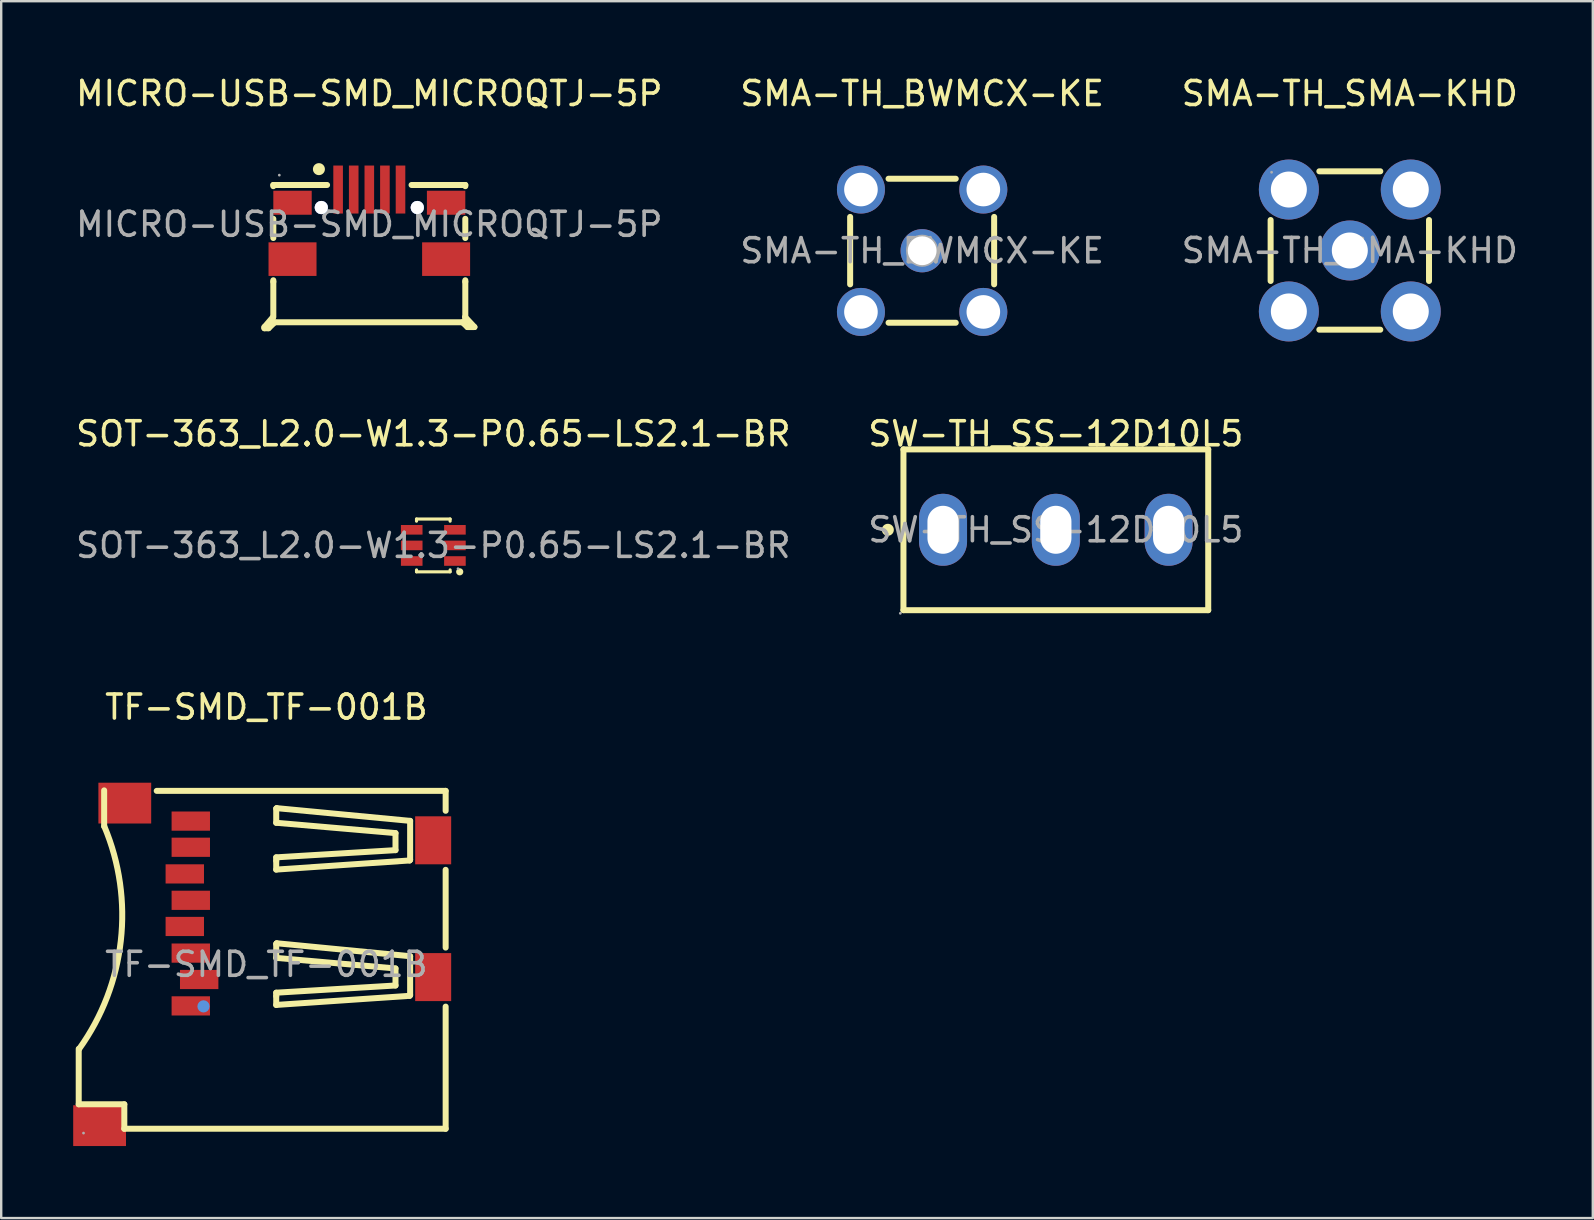
<source format=kicad_pcb>
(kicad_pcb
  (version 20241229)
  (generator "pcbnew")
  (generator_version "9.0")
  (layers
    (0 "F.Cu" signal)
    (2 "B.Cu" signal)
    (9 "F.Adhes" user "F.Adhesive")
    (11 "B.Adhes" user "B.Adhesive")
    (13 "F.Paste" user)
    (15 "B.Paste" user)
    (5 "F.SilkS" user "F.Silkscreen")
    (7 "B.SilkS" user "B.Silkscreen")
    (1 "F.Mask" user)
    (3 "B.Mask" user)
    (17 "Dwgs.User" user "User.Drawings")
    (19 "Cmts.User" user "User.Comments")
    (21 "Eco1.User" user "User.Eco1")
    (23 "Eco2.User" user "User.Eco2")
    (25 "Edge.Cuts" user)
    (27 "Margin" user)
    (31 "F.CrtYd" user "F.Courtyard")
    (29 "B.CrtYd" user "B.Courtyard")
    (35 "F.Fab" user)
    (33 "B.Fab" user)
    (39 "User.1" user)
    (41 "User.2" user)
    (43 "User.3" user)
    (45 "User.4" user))
  (footprint "SOT-363_L2.0-W1.3-P0.65-LS2.1-BR"
    (layer "F.Cu")
    (at 15.006 19.677)
    (property "Reference" "SOT-363_L2.0-W1.3-P0.65-LS2.1-BR" (at 0 -4.65 0) (layer "F.SilkS") (effects (font (size 1 1) (thickness 0.15))))
    (attr smd)
    (fp_line (start -0.7 -1.01) (end -0.7 -1.1) (stroke (width 0.13) (type solid)) (layer "F.SilkS"))
    (fp_line (start -0.7 1.1) (end -0.7 1.02) (stroke (width 0.13) (type solid)) (layer "F.SilkS"))
    (fp_line (start 0.7 -1.1) (end -0.7 -1.1) (stroke (width 0.13) (type solid)) (layer "F.SilkS"))
    (fp_line (start 0.7 -1.01) (end 0.7 -1.1) (stroke (width 0.13) (type solid)) (layer "F.SilkS"))
    (fp_line (start 0.7 1.1) (end -0.7 1.1) (stroke (width 0.13) (type solid)) (layer "F.SilkS"))
    (fp_line (start 0.7 1.1) (end 0.7 1.02) (stroke (width 0.13) (type solid)) (layer "F.SilkS"))
    (fp_circle (center 1.1 1.1) (end 1.1 1) (stroke (width 0.1) (type solid)) (fill yes) (layer "F.SilkS"))
    (fp_circle (center 1.03 0.97) (end 1.06 0.97) (stroke (width 0.06) (type solid)) (fill no) (layer "F.Fab"))
    (fp_text user "${REFERENCE}" (at 0 0 0) (layer "F.Fab") (effects (font (size 1 1) (thickness 0.15))))
    (pad "1" smd rect (at 0.9 0.65 90) (size 0.4 0.9) (layers "F.Cu" "F.Mask" "F.Paste"))
    (pad "2" smd rect (at 0.9 0 90) (size 0.4 0.9) (layers "F.Cu" "F.Mask" "F.Paste"))
    (pad "3" smd rect (at 0.9 -0.65 90) (size 0.4 0.9) (layers "F.Cu" "F.Mask" "F.Paste"))
    (pad "4" smd rect (at -0.9 -0.65 90) (size 0.4 0.9) (layers "F.Cu" "F.Mask" "F.Paste"))
    (pad "5" smd rect (at -0.9 0 90) (size 0.4 0.9) (layers "F.Cu" "F.Mask" "F.Paste"))
    (pad "6" smd rect (at -0.9 0.65 90) (size 0.4 0.9) (layers "F.Cu" "F.Mask" "F.Paste")))
  (footprint "SMA-TH_SMA-KHD"
    (layer "F.Cu")
    (at 53.196 7.388)
    (property "Reference" "SMA-TH_SMA-KHD" (at 0 -6.54 0) (layer "F.SilkS") (effects (font (size 1 1) (thickness 0.15))))
    (attr through_hole)
    (fp_line (start -3.3 -1.27) (end -3.3 1.27) (stroke (width 0.25) (type solid)) (layer "F.SilkS"))
    (fp_line (start -1.27 3.3) (end 1.27 3.3) (stroke (width 0.25) (type solid)) (layer "F.SilkS"))
    (fp_line (start 1.27 -3.3) (end -1.27 -3.3) (stroke (width 0.25) (type solid)) (layer "F.SilkS"))
    (fp_line (start 3.3 1.27) (end 3.3 -1.27) (stroke (width 0.25) (type solid)) (layer "F.SilkS"))
    (fp_circle (center -3.26 -3.26) (end -3.23 -3.26) (stroke (width 0.06) (type solid)) (fill no) (layer "F.Fab"))
    (fp_circle (center 0 0) (end 0.25 0) (stroke (width 0.5) (type solid)) (fill no) (layer "F.Fab"))
    (fp_text user "${REFERENCE}" (at 0 0 0) (layer "F.Fab") (effects (font (size 1 1) (thickness 0.15))))
    (pad "1" thru_hole circle (at -2.54 -2.54) (size 2.5 2.5) (drill 1.5) (layers "*.Cu" "*.Mask"))
    (pad "2" thru_hole circle (at 2.54 -2.54) (size 2.5 2.5) (drill 1.5) (layers "*.Cu" "*.Mask"))
    (pad "3" thru_hole circle (at 2.54 2.54) (size 2.5 2.5) (drill 1.5) (layers "*.Cu" "*.Mask"))
    (pad "4" thru_hole circle (at -2.54 2.54) (size 2.5 2.5) (drill 1.5) (layers "*.Cu" "*.Mask"))
    (pad "5" thru_hole circle (at 0 0) (size 2.5 2.5) (drill 1.5) (layers "*.Cu" "*.Mask")))
  (footprint "TF-SMD_TF-001B"
    (layer "F.Cu")
    (at 8.05 37.135)
    (property "Reference" "TF-SMD_TF-001B" (at 0 -10.72 0) (layer "F.SilkS") (effects (font (size 1 1) (thickness 0.15))))
    (attr smd)
    (fp_line (start -7.82 5.83) (end -7.82 3.52) (stroke (width 0.25) (type solid)) (layer "F.SilkS"))
    (fp_line (start -6.76 -7.25) (end -6.76 -5.75) (stroke (width 0.25) (type solid)) (layer "F.SilkS"))
    (fp_line (start -5.92 5.83) (end -7.82 5.83) (stroke (width 0.25) (type solid)) (layer "F.SilkS"))
    (fp_line (start -5.92 6.85) (end -5.92 5.83) (stroke (width 0.25) (type solid)) (layer "F.SilkS"))
    (fp_line (start 0.41 -6.49) (end 0.43 -6.51) (stroke (width 0.25) (type solid)) (layer "F.SilkS"))
    (fp_line (start 0.41 -5.9) (end 0.41 -6.49) (stroke (width 0.25) (type solid)) (layer "F.SilkS"))
    (fp_line (start 0.41 -4.46) (end 5.38 -4.76) (stroke (width 0.25) (type solid)) (layer "F.SilkS"))
    (fp_line (start 0.41 -4.32) (end 0.41 -4.46) (stroke (width 0.25) (type solid)) (layer "F.SilkS"))
    (fp_line (start 0.41 -3.95) (end 0.41 -4.32) (stroke (width 0.25) (type solid)) (layer "F.SilkS"))
    (fp_line (start 0.41 -0.85) (end 0.43 -0.88) (stroke (width 0.25) (type solid)) (layer "F.SilkS"))
    (fp_line (start 0.41 -0.27) (end 0.41 -0.85) (stroke (width 0.25) (type solid)) (layer "F.SilkS"))
    (fp_line (start 0.41 1.18) (end 5.38 0.88) (stroke (width 0.25) (type solid)) (layer "F.SilkS"))
    (fp_line (start 0.41 1.32) (end 0.41 1.18) (stroke (width 0.25) (type solid)) (layer "F.SilkS"))
    (fp_line (start 0.41 1.69) (end 0.41 1.32) (stroke (width 0.25) (type solid)) (layer "F.SilkS"))
    (fp_line (start 0.43 -6.51) (end 5.99 -5.98) (stroke (width 0.25) (type solid)) (layer "F.SilkS"))
    (fp_line (start 0.43 -0.88) (end 5.99 -0.34) (stroke (width 0.25) (type solid)) (layer "F.SilkS"))
    (fp_line (start 5.38 -5.47) (end 0.41 -5.9) (stroke (width 0.25) (type solid)) (layer "F.SilkS"))
    (fp_line (start 5.38 -4.76) (end 5.38 -5.47) (stroke (width 0.25) (type solid)) (layer "F.SilkS"))
    (fp_line (start 5.38 0.17) (end 0.41 -0.27) (stroke (width 0.25) (type solid)) (layer "F.SilkS"))
    (fp_line (start 5.38 0.88) (end 5.38 0.17) (stroke (width 0.25) (type solid)) (layer "F.SilkS"))
    (fp_line (start 5.97 -4.33) (end 0.41 -3.95) (stroke (width 0.25) (type solid)) (layer "F.SilkS"))
    (fp_line (start 5.97 1.31) (end 0.41 1.69) (stroke (width 0.25) (type solid)) (layer "F.SilkS"))
    (fp_line (start 5.99 -5.98) (end 5.99 -4.36) (stroke (width 0.25) (type solid)) (layer "F.SilkS"))
    (fp_line (start 5.99 -4.36) (end 5.97 -4.33) (stroke (width 0.25) (type solid)) (layer "F.SilkS"))
    (fp_line (start 5.99 -0.34) (end 5.99 1.28) (stroke (width 0.25) (type solid)) (layer "F.SilkS"))
    (fp_line (start 5.99 1.28) (end 5.97 1.31) (stroke (width 0.25) (type solid)) (layer "F.SilkS"))
    (fp_line (start 7.47 -7.23) (end -4.57 -7.23) (stroke (width 0.25) (type solid)) (layer "F.SilkS"))
    (fp_line (start 7.47 -7.23) (end 7.47 -6.4) (stroke (width 0.25) (type solid)) (layer "F.SilkS"))
    (fp_line (start 7.47 -3.94) (end 7.47 -0.7) (stroke (width 0.25) (type solid)) (layer "F.SilkS"))
    (fp_line (start 7.47 1.76) (end 7.47 6.85) (stroke (width 0.25) (type solid)) (layer "F.SilkS"))
    (fp_line (start 7.47 6.85) (end -5.92 6.85) (stroke (width 0.25) (type solid)) (layer "F.SilkS"))
    (fp_arc (start -6.754014 -5.753786) (mid -6.066162 -0.980322) (end -7.8 3.52) (stroke (width 0.25) (type solid)) (layer "F.SilkS"))
    (fp_circle (center -2.62 1.75) (end -2.49 1.75) (stroke (width 0.25) (type solid)) (fill no) (layer "Cmts.User"))
    (fp_circle (center -7.62 7.03) (end -7.59 7.03) (stroke (width 0.06) (type solid)) (fill no) (layer "F.Fab"))
    (fp_text user "${REFERENCE}" (at 0 0 0) (layer "F.Fab") (effects (font (size 1 1) (thickness 0.15))))
    (pad "1" smd rect (at -3.15 1.73 180) (size 1.6 0.8) (layers "F.Cu" "F.Mask" "F.Paste"))
    (pad "2" smd rect (at -2.8 0.63) (size 1.6 0.8) (layers "F.Cu" "F.Mask" "F.Paste"))
    (pad "3" smd rect (at -3.15 -0.47) (size 1.6 0.8) (layers "F.Cu" "F.Mask" "F.Paste"))
    (pad "4" smd rect (at -3.4 -1.58) (size 1.6 0.8) (layers "F.Cu" "F.Mask" "F.Paste"))
    (pad "5" smd rect (at -3.15 -2.67) (size 1.6 0.8) (layers "F.Cu" "F.Mask" "F.Paste"))
    (pad "6" smd rect (at -3.4 -3.77) (size 1.6 0.8) (layers "F.Cu" "F.Mask" "F.Paste"))
    (pad "7" smd rect (at -3.15 -4.88) (size 1.6 0.8) (layers "F.Cu" "F.Mask" "F.Paste"))
    (pad "8" smd rect (at -3.15 -5.97) (size 1.6 0.8) (layers "F.Cu" "F.Mask" "F.Paste"))
    (pad "9" smd rect (at -5.9 -6.72 90) (size 1.7 2.2) (layers "F.Cu" "F.Mask" "F.Paste"))
    (pad "10" smd rect (at -6.95 6.72 90) (size 1.7 2.2) (layers "F.Cu" "F.Mask" "F.Paste"))
    (pad "11" smd rect (at 6.95 -5.17 180) (size 1.5 2) (layers "F.Cu" "F.Mask" "F.Paste"))
    (pad "12" smd rect (at 6.95 0.53 180) (size 1.5 2) (layers "F.Cu" "F.Mask" "F.Paste")))
  (footprint "SW-TH_SS-12D10L5"
    (layer "F.Cu")
    (at 40.946 19.026)
    (property "Reference" "SW-TH_SS-12D10L5" (at 0 -4 0) (layer "F.SilkS") (effects (font (size 1 1) (thickness 0.15))))
    (attr through_hole)
    (fp_line (start -6.35 -3.35) (end 6.35 -3.35) (stroke (width 0.25) (type solid)) (layer "F.SilkS"))
    (fp_line (start -6.35 3.35) (end -6.35 -3.35) (stroke (width 0.25) (type solid)) (layer "F.SilkS"))
    (fp_line (start 6.35 -3.35) (end 6.35 3.35) (stroke (width 0.25) (type solid)) (layer "F.SilkS"))
    (fp_line (start 6.35 3.35) (end -6.35 3.35) (stroke (width 0.25) (type solid)) (layer "F.SilkS"))
    (fp_circle (center -7 0) (end -7 -0.2) (stroke (width 0.1) (type solid)) (fill yes) (layer "F.SilkS"))
    (fp_circle (center -6.48 3.48) (end -6.45 3.48) (stroke (width 0.06) (type solid)) (fill no) (layer "F.Fab"))
    (fp_text user "${REFERENCE}" (at 0 0 0) (layer "F.Fab") (effects (font (size 1 1) (thickness 0.15))))
    (pad "1" thru_hole oval (at -4.7 0) (size 2 3) (drill oval 1.3 2) (layers "*.Cu" "*.Mask"))
    (pad "2" thru_hole oval (at 0 0) (size 2 3) (drill oval 1.3 2) (layers "*.Cu" "*.Mask"))
    (pad "3" thru_hole oval (at 4.7 0) (size 2 3) (drill oval 1.3 2) (layers "*.Cu" "*.Mask")))
  (footprint "SMA-TH_BWMCX-KE"
    (layer "F.Cu")
    (at 35.375 7.398)
    (property "Reference" "SMA-TH_BWMCX-KE" (at 0 -6.55 0) (layer "F.SilkS") (effects (font (size 1 1) (thickness 0.15))))
    (attr through_hole)
    (fp_line (start -3 1.4) (end -3 -1.41) (stroke (width 0.25) (type solid)) (layer "F.SilkS"))
    (fp_line (start -1.4 -3) (end 1.4 -3) (stroke (width 0.25) (type solid)) (layer "F.SilkS"))
    (fp_line (start -1.4 3) (end 1.4 3) (stroke (width 0.25) (type solid)) (layer "F.SilkS"))
    (fp_line (start 3 -1.41) (end 3 1.4) (stroke (width 0.25) (type solid)) (layer "F.SilkS"))
    (fp_circle (center -3 3) (end -2.97 3) (stroke (width 0.06) (type solid)) (fill no) (layer "F.Fab"))
    (fp_circle (center 0 0) (end 0.22 0) (stroke (width 0.45) (type solid)) (fill no) (layer "F.Fab"))
    (fp_text user "${REFERENCE}" (at 0 0 0) (layer "F.Fab") (effects (font (size 1 1) (thickness 0.15))))
    (pad "1" thru_hole circle (at -2.55 2.55) (size 2 2) (drill 1.4) (layers "*.Cu" "*.Mask"))
    (pad "2" thru_hole circle (at -2.55 -2.55) (size 2 2) (drill 1.4) (layers "*.Cu" "*.Mask"))
    (pad "3" thru_hole circle (at 2.55 -2.55) (size 2 2) (drill 1.4) (layers "*.Cu" "*.Mask"))
    (pad "4" thru_hole circle (at 2.55 2.55) (size 2 2) (drill 1.4) (layers "*.Cu" "*.Mask"))
    (pad "5" thru_hole circle (at 0 0) (size 1.8 1.8) (drill 1.2) (layers "*.Cu" "*.Mask")))
  (footprint "MICRO-USB-SMD_MICROQTJ-5P"
    (layer "F.Cu")
    (at 12.339 6.298)
    (property "Reference" "MICRO-USB-SMD_MICROQTJ-5P" (at 0 -5.45 0) (layer "F.SilkS") (effects (font (size 1 1) (thickness 0.15))))
    (attr smd)
    (fp_line (start -4.37 4.28) (end -4.01 3.86) (stroke (width 0.25) (type solid)) (layer "F.SilkS"))
    (fp_line (start -4.37 4.33) (end -4.37 4.28) (stroke (width 0.25) (type solid)) (layer "F.SilkS"))
    (fp_line (start -4.2 4.33) (end -4.37 4.33) (stroke (width 0.25) (type solid)) (layer "F.SilkS"))
    (fp_line (start -4 -1.64) (end -1.76 -1.64) (stroke (width 0.25) (type solid)) (layer "F.SilkS"))
    (fp_line (start -4 -1.59) (end -4 -1.64) (stroke (width 0.25) (type solid)) (layer "F.SilkS"))
    (fp_line (start -4 0.57) (end -4 -0.23) (stroke (width 0.25) (type solid)) (layer "F.SilkS"))
    (fp_line (start -4 2.39) (end -4 2.33) (stroke (width 0.25) (type solid)) (layer "F.SilkS"))
    (fp_line (start -4 2.39) (end -4 3.86) (stroke (width 0.25) (type solid)) (layer "F.SilkS"))
    (fp_line (start -3.94 4.08) (end -4.2 4.33) (stroke (width 0.25) (type solid)) (layer "F.SilkS"))
    (fp_line (start 1.76 -1.64) (end 4 -1.64) (stroke (width 0.25) (type solid)) (layer "F.SilkS"))
    (fp_line (start 3.88 4.08) (end -3.94 4.08) (stroke (width 0.25) (type solid)) (layer "F.SilkS"))
    (fp_line (start 3.99 3.86) (end 4.38 4.28) (stroke (width 0.25) (type solid)) (layer "F.SilkS"))
    (fp_line (start 4 -1.59) (end 4 -1.64) (stroke (width 0.25) (type solid)) (layer "F.SilkS"))
    (fp_line (start 4 0.57) (end 4 -0.23) (stroke (width 0.25) (type solid)) (layer "F.SilkS"))
    (fp_line (start 4 2.39) (end 4 2.33) (stroke (width 0.25) (type solid)) (layer "F.SilkS"))
    (fp_line (start 4 2.39) (end 4 3.99) (stroke (width 0.25) (type solid)) (layer "F.SilkS"))
    (fp_line (start 4.09 4.28) (end 3.88 4.08) (stroke (width 0.25) (type solid)) (layer "F.SilkS"))
    (fp_line (start 4.38 4.28) (end 4.09 4.28) (stroke (width 0.25) (type solid)) (layer "F.SilkS"))
    (fp_circle (center -2.1 -2.3) (end -1.9 -2.3) (stroke (width 0.1) (type solid)) (fill yes) (layer "F.SilkS"))
    (fp_circle (center -2 -0.7) (end -1.86 -0.7) (stroke (width 0.27) (type solid)) (fill no) (layer "Cmts.User"))
    (fp_circle (center 2 -0.7) (end 2.14 -0.7) (stroke (width 0.27) (type solid)) (fill no) (layer "Cmts.User"))
    (fp_circle (center -3.75 -2.05) (end -3.72 -2.05) (stroke (width 0.06) (type solid)) (fill no) (layer "F.Fab"))
    (fp_text user "${REFERENCE}" (at 0 0 0) (layer "F.Fab") (effects (font (size 1 1) (thickness 0.15))))
    (pad "" thru_hole circle (at -2 -0.7) (size 0.55 0.55) (drill 0.55) (layers "*.Cu" "*.Mask"))
    (pad "" thru_hole circle (at 2 -0.7) (size 0.55 0.55) (drill 0.55) (layers "*.Cu" "*.Mask"))
    (pad "1" smd rect (at -1.3 -1.45 270) (size 2 0.4) (layers "F.Cu" "F.Mask" "F.Paste"))
    (pad "2" smd rect (at -0.65 -1.45 270) (size 2 0.4) (layers "F.Cu" "F.Mask" "F.Paste"))
    (pad "3" smd rect (at 0 -1.45 270) (size 2 0.4) (layers "F.Cu" "F.Mask" "F.Paste"))
    (pad "4" smd rect (at 0.65 -1.45 270) (size 2 0.4) (layers "F.Cu" "F.Mask" "F.Paste"))
    (pad "5" smd rect (at 1.3 -1.45 270) (size 2 0.4) (layers "F.Cu" "F.Mask" "F.Paste"))
    (pad "6" smd rect (at -3.2 -0.9) (size 1.6 1) (layers "F.Cu" "F.Mask" "F.Paste"))
    (pad "7" smd rect (at -3.2 1.45) (size 2 1.4) (layers "F.Cu" "F.Mask" "F.Paste"))
    (pad "8" smd rect (at 3.2 1.45) (size 2 1.4) (layers "F.Cu" "F.Mask" "F.Paste"))
    (pad "9" smd rect (at 3.2 -0.9) (size 1.6 1) (layers "F.Cu" "F.Mask" "F.Paste")))
  (gr_rect
    (start -3 -3)
    (end 63.321 47.705)
    (stroke (width 0.1) (type default))
    (fill no)
    (layer "Edge.Cuts")))
</source>
